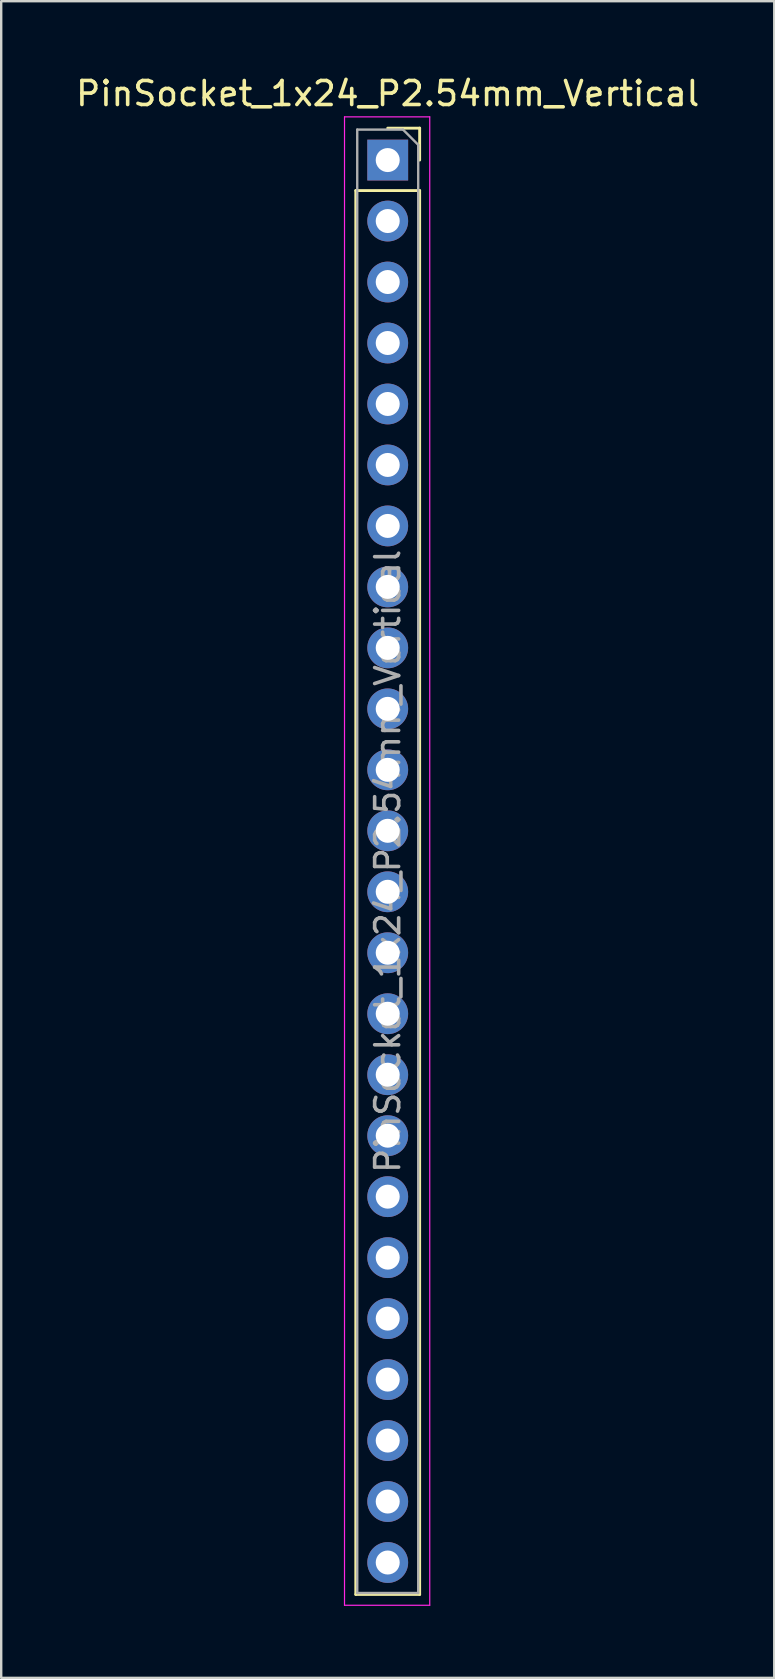
<source format=kicad_pcb>
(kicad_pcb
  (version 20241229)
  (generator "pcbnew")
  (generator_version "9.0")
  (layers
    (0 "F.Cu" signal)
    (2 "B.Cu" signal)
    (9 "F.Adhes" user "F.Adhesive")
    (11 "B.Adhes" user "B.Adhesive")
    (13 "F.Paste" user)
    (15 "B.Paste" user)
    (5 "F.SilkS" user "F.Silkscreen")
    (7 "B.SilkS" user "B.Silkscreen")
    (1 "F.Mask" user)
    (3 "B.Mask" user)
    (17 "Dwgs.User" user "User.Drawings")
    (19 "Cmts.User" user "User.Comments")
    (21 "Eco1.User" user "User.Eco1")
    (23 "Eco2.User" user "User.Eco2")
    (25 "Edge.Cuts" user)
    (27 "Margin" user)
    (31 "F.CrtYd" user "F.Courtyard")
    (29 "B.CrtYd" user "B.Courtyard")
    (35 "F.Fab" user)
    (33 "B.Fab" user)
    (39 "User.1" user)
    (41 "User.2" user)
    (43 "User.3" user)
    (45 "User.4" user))
  (footprint "PinSocket_1x24_P2.54mm_Vertical"
    (layer "F.Cu")
    (at 13.101 3.618)
    (property "Reference" "PinSocket_1x24_P2.54mm_Vertical" (at 0 -2.77 0) (layer "F.SilkS") (effects (font (size 1 1) (thickness 0.15))))
    (attr through_hole)
    (fp_line (start -1.33 1.27) (end -1.33 59.75) (stroke (width 0.12) (type solid)) (layer "F.SilkS"))
    (fp_line (start -1.33 1.27) (end 1.33 1.27) (stroke (width 0.12) (type solid)) (layer "F.SilkS"))
    (fp_line (start -1.33 59.75) (end 1.33 59.75) (stroke (width 0.12) (type solid)) (layer "F.SilkS"))
    (fp_line (start 0 -1.33) (end 1.33 -1.33) (stroke (width 0.12) (type solid)) (layer "F.SilkS"))
    (fp_line (start 1.33 -1.33) (end 1.33 0) (stroke (width 0.12) (type solid)) (layer "F.SilkS"))
    (fp_line (start 1.33 1.27) (end 1.33 59.75) (stroke (width 0.12) (type solid)) (layer "F.SilkS"))
    (fp_line (start -1.8 -1.8) (end 1.75 -1.8) (stroke (width 0.05) (type solid)) (layer "F.CrtYd"))
    (fp_line (start -1.8 60.2) (end -1.8 -1.8) (stroke (width 0.05) (type solid)) (layer "F.CrtYd"))
    (fp_line (start 1.75 -1.8) (end 1.75 60.2) (stroke (width 0.05) (type solid)) (layer "F.CrtYd"))
    (fp_line (start 1.75 60.2) (end -1.8 60.2) (stroke (width 0.05) (type solid)) (layer "F.CrtYd"))
    (fp_line (start -1.27 -1.27) (end 0.635 -1.27) (stroke (width 0.1) (type solid)) (layer "F.Fab"))
    (fp_line (start -1.27 59.69) (end -1.27 -1.27) (stroke (width 0.1) (type solid)) (layer "F.Fab"))
    (fp_line (start 0.635 -1.27) (end 1.27 -0.635) (stroke (width 0.1) (type solid)) (layer "F.Fab"))
    (fp_line (start 1.27 -0.635) (end 1.27 59.69) (stroke (width 0.1) (type solid)) (layer "F.Fab"))
    (fp_line (start 1.27 59.69) (end -1.27 59.69) (stroke (width 0.1) (type solid)) (layer "F.Fab"))
    (fp_text user "${REFERENCE}" (at 0 29.21 90) (layer "F.Fab") (effects (font (size 1 1) (thickness 0.15))))
    (pad "1" thru_hole rect (at 0 0) (size 1.7 1.7) (drill 1) (layers "*.Cu" "*.Mask"))
    (pad "2" thru_hole circle (at 0 2.54) (size 1.7 1.7) (drill 1) (layers "*.Cu" "*.Mask"))
    (pad "3" thru_hole circle (at 0 5.08) (size 1.7 1.7) (drill 1) (layers "*.Cu" "*.Mask"))
    (pad "4" thru_hole circle (at 0 7.62) (size 1.7 1.7) (drill 1) (layers "*.Cu" "*.Mask"))
    (pad "5" thru_hole circle (at 0 10.16) (size 1.7 1.7) (drill 1) (layers "*.Cu" "*.Mask"))
    (pad "6" thru_hole circle (at 0 12.7) (size 1.7 1.7) (drill 1) (layers "*.Cu" "*.Mask"))
    (pad "7" thru_hole circle (at 0 15.24) (size 1.7 1.7) (drill 1) (layers "*.Cu" "*.Mask"))
    (pad "8" thru_hole circle (at 0 17.78) (size 1.7 1.7) (drill 1) (layers "*.Cu" "*.Mask"))
    (pad "9" thru_hole circle (at 0 20.32) (size 1.7 1.7) (drill 1) (layers "*.Cu" "*.Mask"))
    (pad "10" thru_hole circle (at 0 22.86) (size 1.7 1.7) (drill 1) (layers "*.Cu" "*.Mask"))
    (pad "11" thru_hole circle (at 0 25.4) (size 1.7 1.7) (drill 1) (layers "*.Cu" "*.Mask"))
    (pad "12" thru_hole circle (at 0 27.94) (size 1.7 1.7) (drill 1) (layers "*.Cu" "*.Mask"))
    (pad "13" thru_hole circle (at 0 30.48) (size 1.7 1.7) (drill 1) (layers "*.Cu" "*.Mask"))
    (pad "14" thru_hole circle (at 0 33.02) (size 1.7 1.7) (drill 1) (layers "*.Cu" "*.Mask"))
    (pad "15" thru_hole circle (at 0 35.56) (size 1.7 1.7) (drill 1) (layers "*.Cu" "*.Mask"))
    (pad "16" thru_hole circle (at 0 38.1) (size 1.7 1.7) (drill 1) (layers "*.Cu" "*.Mask"))
    (pad "17" thru_hole circle (at 0 40.64) (size 1.7 1.7) (drill 1) (layers "*.Cu" "*.Mask"))
    (pad "18" thru_hole circle (at 0 43.18) (size 1.7 1.7) (drill 1) (layers "*.Cu" "*.Mask"))
    (pad "19" thru_hole circle (at 0 45.72) (size 1.7 1.7) (drill 1) (layers "*.Cu" "*.Mask"))
    (pad "20" thru_hole circle (at 0 48.26) (size 1.7 1.7) (drill 1) (layers "*.Cu" "*.Mask"))
    (pad "21" thru_hole circle (at 0 50.8) (size 1.7 1.7) (drill 1) (layers "*.Cu" "*.Mask"))
    (pad "22" thru_hole circle (at 0 53.34) (size 1.7 1.7) (drill 1) (layers "*.Cu" "*.Mask"))
    (pad "23" thru_hole circle (at 0 55.88) (size 1.7 1.7) (drill 1) (layers "*.Cu" "*.Mask"))
    (pad "24" thru_hole circle (at 0 58.42) (size 1.7 1.7) (drill 1) (layers "*.Cu" "*.Mask")))
  (gr_rect
    (start -3 -3)
    (end 29.202 66.843)
    (stroke (width 0.1) (type default))
    (fill no)
    (layer "Edge.Cuts")))
</source>
